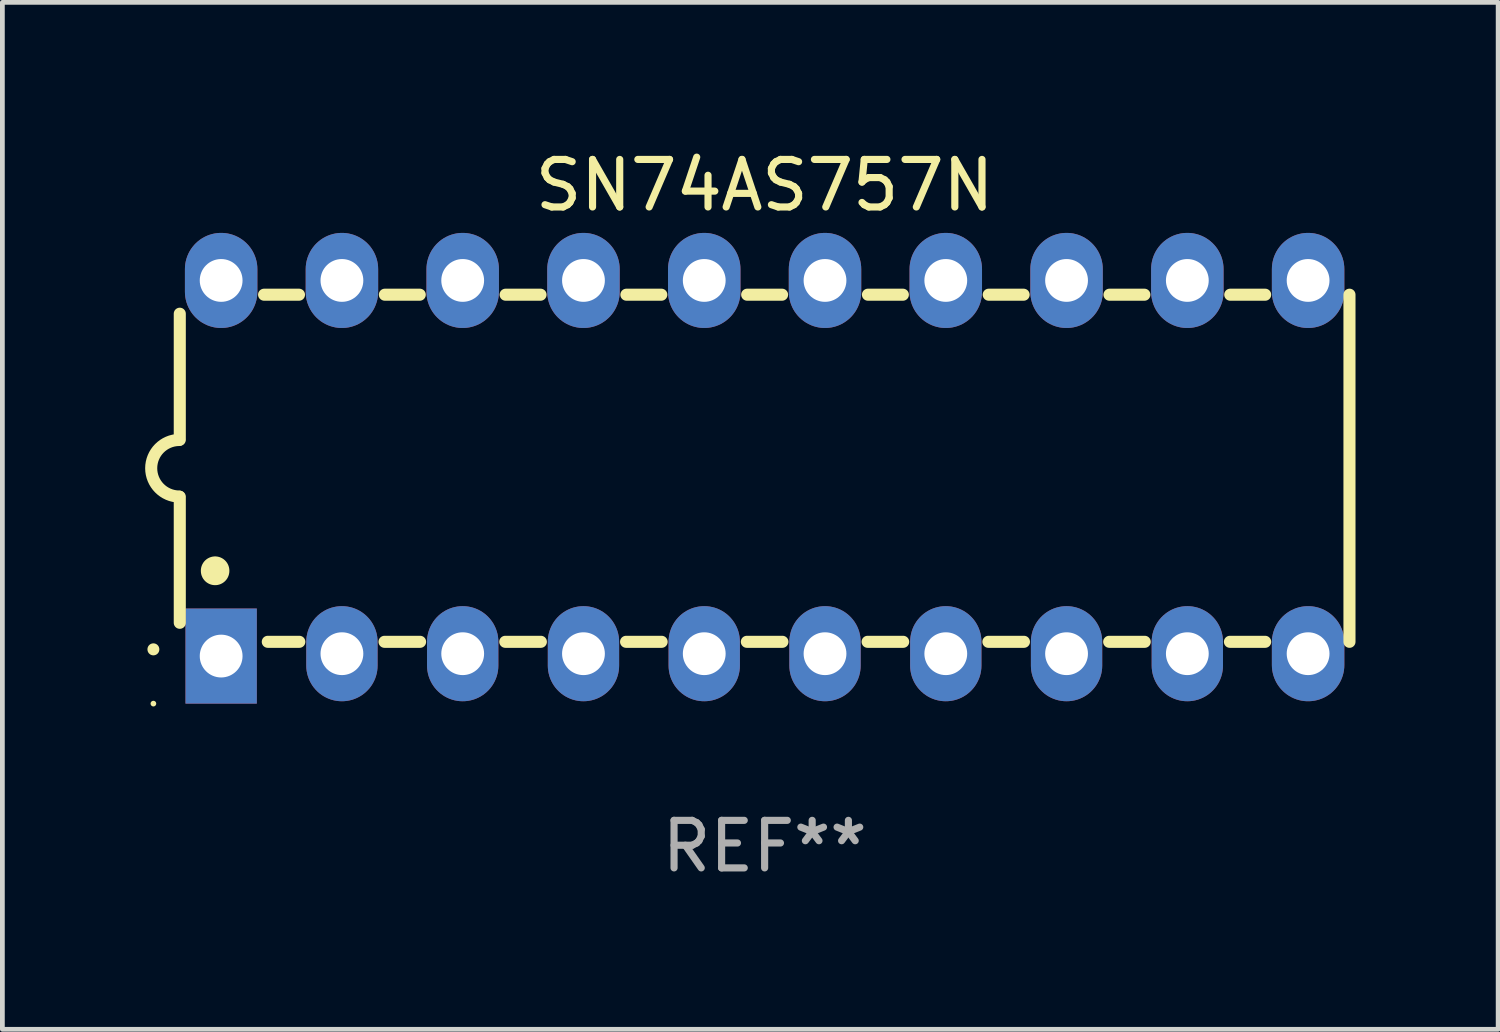
<source format=kicad_pcb>
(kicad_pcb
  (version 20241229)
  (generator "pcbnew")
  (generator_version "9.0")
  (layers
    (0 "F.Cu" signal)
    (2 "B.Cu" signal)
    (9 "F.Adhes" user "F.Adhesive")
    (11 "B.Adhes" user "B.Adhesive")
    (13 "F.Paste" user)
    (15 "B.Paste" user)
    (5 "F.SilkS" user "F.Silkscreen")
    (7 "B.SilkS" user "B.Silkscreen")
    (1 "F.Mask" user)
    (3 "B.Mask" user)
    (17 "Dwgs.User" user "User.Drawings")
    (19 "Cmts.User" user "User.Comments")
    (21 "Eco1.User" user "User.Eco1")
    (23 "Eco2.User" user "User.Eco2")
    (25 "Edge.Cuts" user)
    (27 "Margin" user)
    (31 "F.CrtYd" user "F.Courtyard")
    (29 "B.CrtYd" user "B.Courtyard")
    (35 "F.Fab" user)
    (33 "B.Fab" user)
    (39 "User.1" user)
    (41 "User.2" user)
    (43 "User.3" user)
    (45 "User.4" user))
  (footprint "SN74AS757N"
    (layer "F.Cu")
    (at 13.031 6.798)
    (property "Reference" "SN74AS757N" (at 0 -5.95 0) (layer "F.SilkS") (effects (font (size 1 1) (thickness 0.15))))
    (attr through_hole)
    (fp_line (start -12.3 -0.6) (end -12.3 -3.25) (stroke (width 0.254) (type solid)) (layer "F.SilkS"))
    (fp_line (start -12.3 3.25) (end -12.3 0.6) (stroke (width 0.254) (type solid)) (layer "F.SilkS"))
    (fp_line (start -10.527 -3.65) (end -9.793 -3.65) (stroke (width 0.254) (type solid)) (layer "F.SilkS"))
    (fp_line (start -10.449 3.65) (end -9.786 3.65) (stroke (width 0.254) (type solid)) (layer "F.SilkS"))
    (fp_line (start -7.994 3.65) (end -7.246 3.65) (stroke (width 0.254) (type solid)) (layer "F.SilkS"))
    (fp_line (start -7.987 -3.65) (end -7.253 -3.65) (stroke (width 0.254) (type solid)) (layer "F.SilkS"))
    (fp_line (start -5.454 3.65) (end -4.706 3.65) (stroke (width 0.254) (type solid)) (layer "F.SilkS"))
    (fp_line (start -5.447 -3.65) (end -4.713 -3.65) (stroke (width 0.254) (type solid)) (layer "F.SilkS"))
    (fp_line (start -2.914 3.65) (end -2.166 3.65) (stroke (width 0.254) (type solid)) (layer "F.SilkS"))
    (fp_line (start -2.907 -3.65) (end -2.173 -3.65) (stroke (width 0.254) (type solid)) (layer "F.SilkS"))
    (fp_line (start -0.374 3.65) (end 0.374 3.65) (stroke (width 0.254) (type solid)) (layer "F.SilkS"))
    (fp_line (start -0.367 -3.65) (end 0.367 -3.65) (stroke (width 0.254) (type solid)) (layer "F.SilkS"))
    (fp_line (start 2.166 3.65) (end 2.914 3.65) (stroke (width 0.254) (type solid)) (layer "F.SilkS"))
    (fp_line (start 2.173 -3.65) (end 2.907 -3.65) (stroke (width 0.254) (type solid)) (layer "F.SilkS"))
    (fp_line (start 4.706 3.65) (end 5.454 3.65) (stroke (width 0.254) (type solid)) (layer "F.SilkS"))
    (fp_line (start 4.713 -3.65) (end 5.447 -3.65) (stroke (width 0.254) (type solid)) (layer "F.SilkS"))
    (fp_line (start 7.246 3.65) (end 7.994 3.65) (stroke (width 0.254) (type solid)) (layer "F.SilkS"))
    (fp_line (start 7.253 -3.65) (end 7.987 -3.65) (stroke (width 0.254) (type solid)) (layer "F.SilkS"))
    (fp_line (start 9.786 3.65) (end 10.527 3.65) (stroke (width 0.254) (type solid)) (layer "F.SilkS"))
    (fp_line (start 9.793 -3.65) (end 10.527 -3.65) (stroke (width 0.254) (type solid)) (layer "F.SilkS"))
    (fp_line (start 12.3 -3.65) (end 12.3 3.65) (stroke (width 0.254) (type solid)) (layer "F.SilkS"))
    (fp_arc (start -12.854966 3.809881) (mid -12.854973 3.808611) (end -12.854966 3.807341) (stroke (width 0.25) (type solid)) (layer "F.SilkS"))
    (fp_arc (start -12.313894 0.594742) (mid -12.903982 -0.000152) (end -12.313894 -0.595046) (stroke (width 0.254001) (type solid)) (layer "F.SilkS"))
    (fp_arc (start -11.557023 2.158877) (mid -11.557034 2.156337) (end -11.557023 2.153797) (stroke (width 0.6) (type solid)) (layer "F.SilkS"))
    (fp_circle (center -12.855 4.95) (end -12.825 4.95) (stroke (width 0.06) (type solid)) (fill no) (layer "F.SilkS"))
    (fp_text user "REF**" (at 0 7.95 0) (layer "F.Fab") (effects (font (size 1 1) (thickness 0.15))))
    (pad "1" thru_hole rect (at -11.43 3.95 90) (size 2 1.5) (drill 0.9) (layers "*.Cu" "*.Mask"))
    (pad "2" thru_hole oval (at -8.89 3.9 90) (size 2 1.5) (drill 0.9) (layers "*.Cu" "*.Mask"))
    (pad "3" thru_hole oval (at -6.35 3.9 90) (size 2 1.5) (drill 0.9) (layers "*.Cu" "*.Mask"))
    (pad "4" thru_hole oval (at -3.81 3.9 90) (size 2 1.5) (drill 0.9) (layers "*.Cu" "*.Mask"))
    (pad "5" thru_hole oval (at -1.27 3.9 90) (size 2 1.5) (drill 0.9) (layers "*.Cu" "*.Mask"))
    (pad "6" thru_hole oval (at 1.27 3.9 90) (size 2 1.5) (drill 0.9) (layers "*.Cu" "*.Mask"))
    (pad "7" thru_hole oval (at 3.81 3.9 90) (size 2 1.5) (drill 0.9) (layers "*.Cu" "*.Mask"))
    (pad "8" thru_hole oval (at 6.35 3.9 90) (size 2 1.5) (drill 0.9) (layers "*.Cu" "*.Mask"))
    (pad "9" thru_hole oval (at 8.89 3.9 90) (size 2 1.5) (drill 0.9) (layers "*.Cu" "*.Mask"))
    (pad "10" thru_hole oval (at 11.43 3.9 90) (size 2 1.524) (drill 0.9) (layers "*.Cu" "*.Mask"))
    (pad "11" thru_hole oval (at 11.43 -3.95 90) (size 2 1.524) (drill 0.9) (layers "*.Cu" "*.Mask"))
    (pad "12" thru_hole oval (at 8.89 -3.95 90) (size 2 1.524) (drill 0.9) (layers "*.Cu" "*.Mask"))
    (pad "13" thru_hole oval (at 6.35 -3.95 90) (size 2 1.524) (drill 0.9) (layers "*.Cu" "*.Mask"))
    (pad "14" thru_hole oval (at 3.81 -3.95 90) (size 2 1.524) (drill 0.9) (layers "*.Cu" "*.Mask"))
    (pad "15" thru_hole oval (at 1.27 -3.95 90) (size 2 1.524) (drill 0.9) (layers "*.Cu" "*.Mask"))
    (pad "16" thru_hole oval (at -1.27 -3.95 90) (size 2 1.524) (drill 0.9) (layers "*.Cu" "*.Mask"))
    (pad "17" thru_hole oval (at -3.81 -3.95 90) (size 2 1.524) (drill 0.9) (layers "*.Cu" "*.Mask"))
    (pad "18" thru_hole oval (at -6.35 -3.95 90) (size 2 1.524) (drill 0.9) (layers "*.Cu" "*.Mask"))
    (pad "19" thru_hole oval (at -8.89 -3.95 90) (size 2 1.524) (drill 0.9) (layers "*.Cu" "*.Mask"))
    (pad "20" thru_hole oval (at -11.43 -3.95 90) (size 2 1.524) (drill 0.9) (layers "*.Cu" "*.Mask")))
  (gr_rect
    (start -3 -3)
    (end 28.458 18.597)
    (stroke (width 0.1) (type default))
    (fill no)
    (layer "Edge.Cuts")))
</source>
